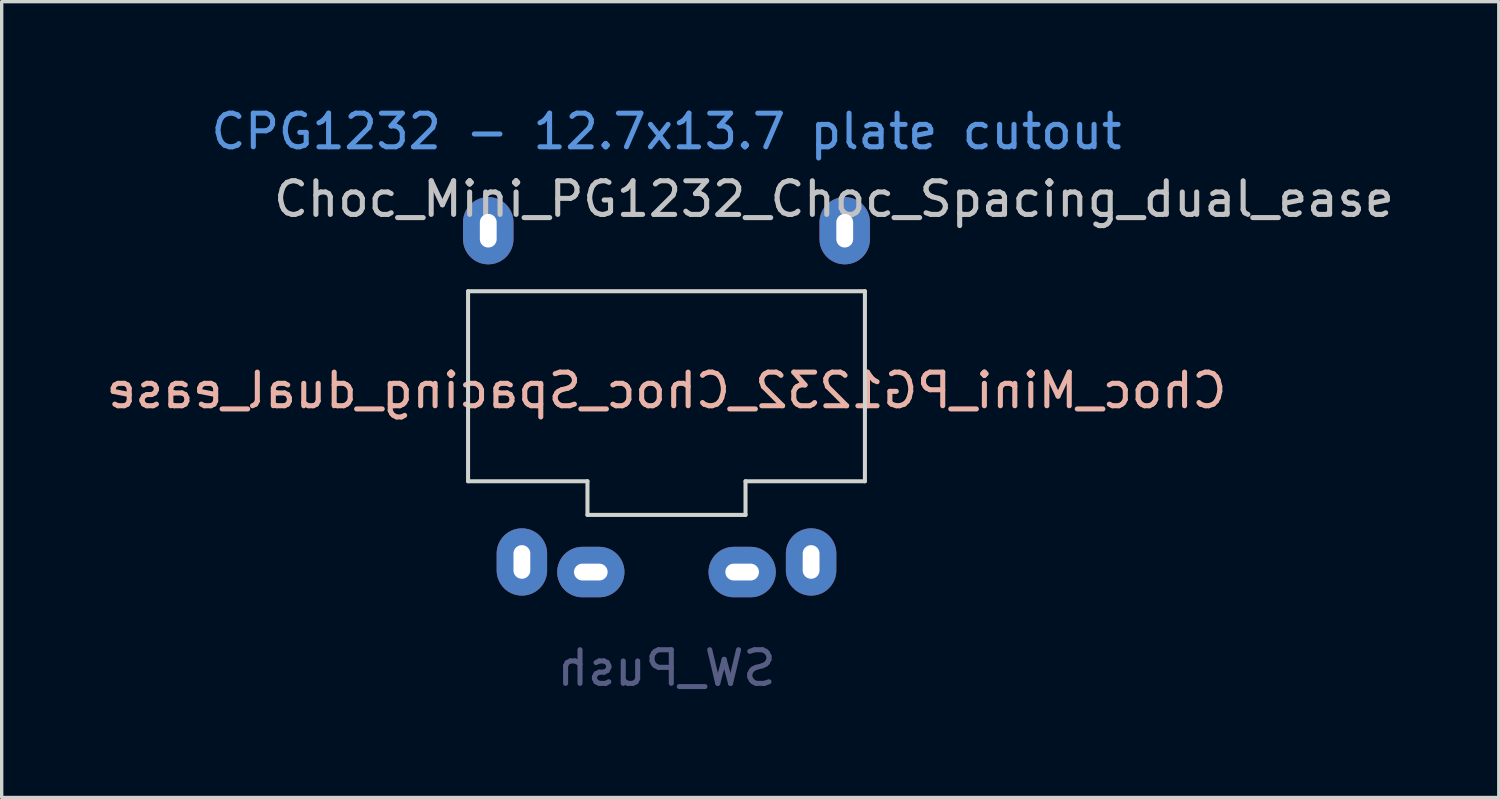
<source format=kicad_pcb>
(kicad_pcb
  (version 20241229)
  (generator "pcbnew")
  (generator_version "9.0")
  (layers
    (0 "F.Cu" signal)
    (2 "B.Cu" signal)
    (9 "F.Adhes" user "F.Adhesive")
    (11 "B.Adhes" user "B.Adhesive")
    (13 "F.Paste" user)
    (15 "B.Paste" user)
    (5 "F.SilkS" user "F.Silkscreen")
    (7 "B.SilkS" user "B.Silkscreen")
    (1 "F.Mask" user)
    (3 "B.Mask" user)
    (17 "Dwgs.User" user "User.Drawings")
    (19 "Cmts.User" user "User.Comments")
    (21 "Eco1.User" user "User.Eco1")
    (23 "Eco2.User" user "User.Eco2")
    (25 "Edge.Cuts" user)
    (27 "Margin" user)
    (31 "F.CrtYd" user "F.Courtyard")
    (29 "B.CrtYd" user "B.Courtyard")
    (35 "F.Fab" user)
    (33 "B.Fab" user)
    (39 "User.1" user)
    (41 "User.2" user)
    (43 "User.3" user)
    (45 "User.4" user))
  (footprint "Choc_Mini_PG1232_Choc_Spacing_dual_ease"
    (layer "F.Cu")
    (at 16.768 8.56)
    (property "Reference" "Choc_Mini_PG1232_Choc_Spacing_dual_ease" (at 4.98 -5.69 180) (layer "Dwgs.User") (effects (font (size 1 1) (thickness 0.15))))
    (property "Value" "SW_Push" (at -0.07 8.17 180) (layer "Dwgs.User") (hide yes) (effects (font (size 1 1) (thickness 0.15))))
    (attr through_hole)
    (fp_line (start -9 -8.5) (end -9 8.5) (stroke (width 0.12) (type solid)) (layer "Eco1.User"))
    (fp_line (start -9 -8.5) (end 9 -8.5) (stroke (width 0.12) (type solid)) (layer "Eco1.User"))
    (fp_line (start -9 8.5) (end 9 8.5) (stroke (width 0.12) (type solid)) (layer "Eco1.User"))
    (fp_line (start 9 -8.5) (end 9 8.5) (stroke (width 0.12) (type solid)) (layer "Eco1.User"))
    (fp_line (start -7.25 -6.75) (end -7.25 6.75) (stroke (width 0.15) (type solid)) (layer "Eco2.User"))
    (fp_line (start -7.25 -6.75) (end 7.25 -6.75) (stroke (width 0.15) (type solid)) (layer "Eco2.User"))
    (fp_line (start -7.25 6.75) (end 7.25 6.75) (stroke (width 0.15) (type solid)) (layer "Eco2.User"))
    (fp_line (start -2.8 -3.2) (end -2.8 -5.35) (stroke (width 0.15) (type solid)) (layer "Eco2.User"))
    (fp_line (start -2.8 -3.2) (end 2.8 -3.2) (stroke (width 0.15) (type solid)) (layer "Eco2.User"))
    (fp_line (start 2.8 -5.35) (end -2.8 -5.35) (stroke (width 0.15) (type solid)) (layer "Eco2.User"))
    (fp_line (start 2.8 -3.2) (end 2.8 -5.35) (stroke (width 0.15) (type solid)) (layer "Eco2.User"))
    (fp_line (start 7.25 -6.75) (end 7.25 6.75) (stroke (width 0.15) (type solid)) (layer "Eco2.User"))
    (fp_line (start -5.9 -2.95) (end 5.9 -2.95) (stroke (width 0.12) (type solid)) (layer "Edge.Cuts"))
    (fp_line (start -5.9 2.7) (end -5.9 -2.95) (stroke (width 0.12) (type solid)) (layer "Edge.Cuts"))
    (fp_line (start -2.35 2.7) (end -5.9 2.7) (stroke (width 0.12) (type solid)) (layer "Edge.Cuts"))
    (fp_line (start -2.35 2.7) (end -2.35 3.7) (stroke (width 0.12) (type solid)) (layer "Edge.Cuts"))
    (fp_line (start -2.35 3.7) (end 2.35 3.7) (stroke (width 0.12) (type solid)) (layer "Edge.Cuts"))
    (fp_line (start 2.35 2.7) (end 5.9 2.7) (stroke (width 0.12) (type solid)) (layer "Edge.Cuts"))
    (fp_line (start 2.35 3.7) (end 2.35 2.7) (stroke (width 0.12) (type solid)) (layer "Edge.Cuts"))
    (fp_line (start 5.9 -2.95) (end 5.9 2.7) (stroke (width 0.12) (type solid)) (layer "Edge.Cuts"))
    (fp_text user "${REFERENCE}" (at 0 0 0) (layer "B.SilkS") (effects (font (size 1 1) (thickness 0.15)) (justify mirror)))
    (fp_text user "CPG1232 - 12.7x13.7 plate cutout" (at 0 -7.7 180) (layer "Cmts.User") (effects (font (size 1 1) (thickness 0.15))))
    (fp_text user "${VALUE}" (at 0 8.255 0) (layer "B.Fab") (effects (font (size 1 1) (thickness 0.15)) (justify mirror)))
    (pad "1" thru_hole oval (at -4.3 5.1) (size 1.5 2) (drill oval 0.5 1) (layers "*.Cu" "*.Mask"))
    (pad "1" thru_hole oval (at -2.25 5.4) (size 2 1.5) (drill oval 1 0.5) (layers "*.Cu" "*.Mask"))
    (pad "2" thru_hole oval (at 2.25 5.4) (size 2 1.5) (drill oval 1 0.5) (layers "*.Cu" "*.Mask"))
    (pad "2" thru_hole oval (at 4.3 5.1) (size 1.5 2) (drill oval 0.5 1) (layers "*.Cu" "*.Mask"))
    (pad "3" thru_hole oval (at 5.3 -4.75) (size 1.5 2) (drill oval 0.5 1) (layers "*.Cu" "*.Mask"))
    (pad "4" thru_hole oval (at -5.3 -4.75) (size 1.5 2) (drill oval 0.5 1) (layers "*.Cu" "*.Mask")))
  (gr_rect
    (start -3 -3)
    (end 41.516 20.663)
    (stroke (width 0.1) (type default))
    (fill no)
    (layer "Edge.Cuts")))
</source>
